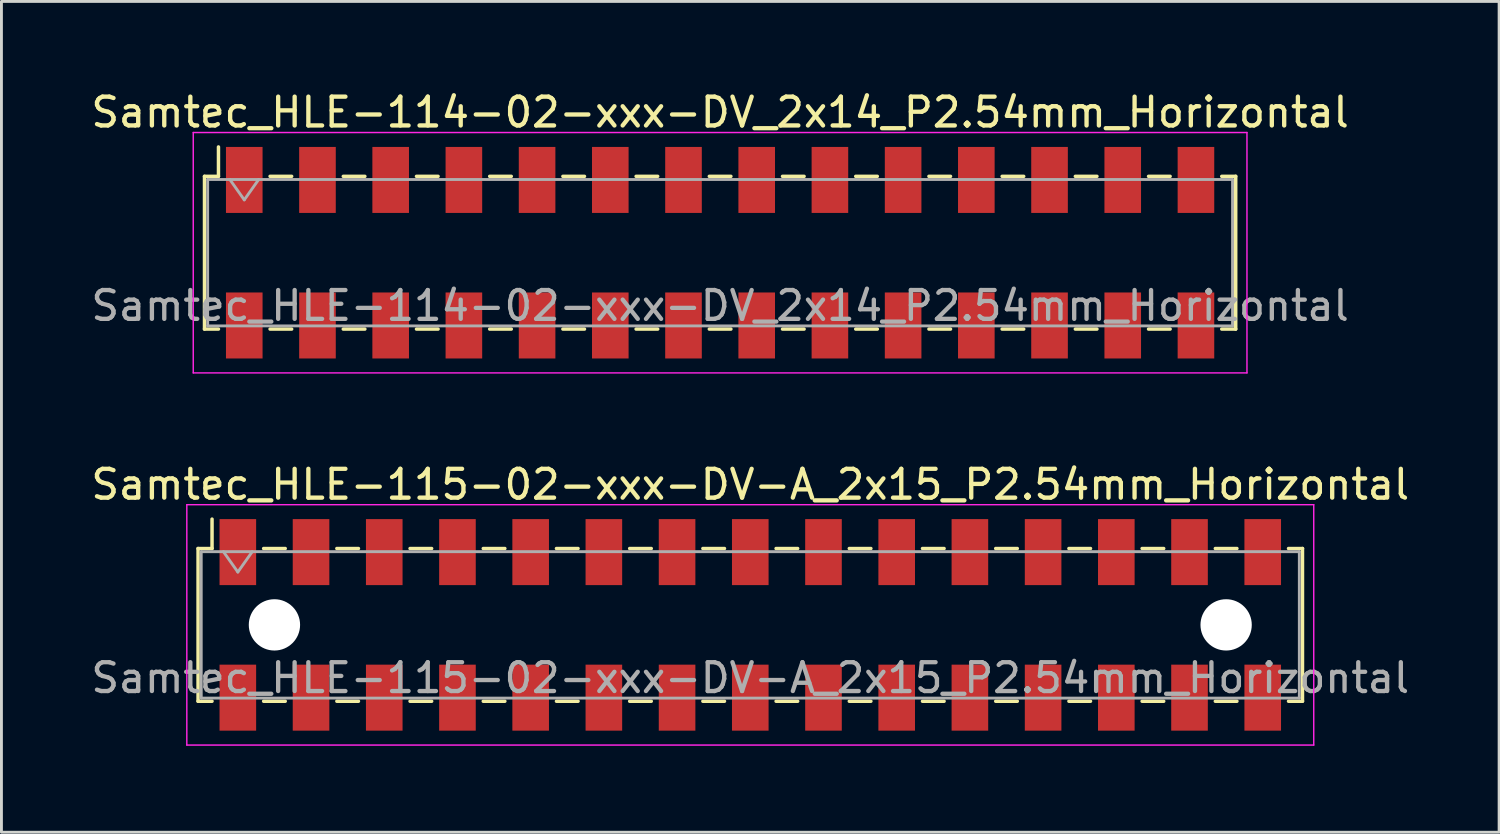
<source format=kicad_pcb>
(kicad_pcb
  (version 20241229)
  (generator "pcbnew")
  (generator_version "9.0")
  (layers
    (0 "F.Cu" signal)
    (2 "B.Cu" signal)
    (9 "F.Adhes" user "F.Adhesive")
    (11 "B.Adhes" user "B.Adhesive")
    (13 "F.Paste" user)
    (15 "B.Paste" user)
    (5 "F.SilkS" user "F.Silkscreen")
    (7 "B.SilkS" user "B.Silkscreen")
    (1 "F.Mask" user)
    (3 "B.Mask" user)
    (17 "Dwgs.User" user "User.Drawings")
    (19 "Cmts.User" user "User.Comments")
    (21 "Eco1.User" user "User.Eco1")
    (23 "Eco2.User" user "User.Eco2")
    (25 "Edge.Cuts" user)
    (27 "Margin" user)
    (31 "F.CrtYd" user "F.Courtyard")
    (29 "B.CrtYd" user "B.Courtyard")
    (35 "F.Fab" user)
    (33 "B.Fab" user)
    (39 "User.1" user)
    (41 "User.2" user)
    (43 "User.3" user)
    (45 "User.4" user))
  (footprint "Samtec_HLE-115-02-xxx-DV-A_2x15_P2.54mm_Horizontal"
    (layer "F.Cu")
    (at 22.982 18.631)
    (property "Reference" "Samtec_HLE-115-02-xxx-DV-A_2x15_P2.54mm_Horizontal" (at 0 -4.87 0) (layer "F.SilkS") (effects (font (size 1 1) (thickness 0.15))))
    (attr smd)
    (fp_line (start -19.16 -2.65) (end -19.16 2.65) (stroke (width 0.12) (type solid)) (layer "F.SilkS"))
    (fp_line (start -19.16 2.65) (end -18.675 2.65) (stroke (width 0.12) (type solid)) (layer "F.SilkS"))
    (fp_line (start -18.675 -3.67) (end -18.675 -2.65) (stroke (width 0.12) (type solid)) (layer "F.SilkS"))
    (fp_line (start -18.675 -2.65) (end -19.16 -2.65) (stroke (width 0.12) (type solid)) (layer "F.SilkS"))
    (fp_line (start -16.885 -2.65) (end -16.135 -2.65) (stroke (width 0.12) (type solid)) (layer "F.SilkS"))
    (fp_line (start -16.885 2.65) (end -16.135 2.65) (stroke (width 0.12) (type solid)) (layer "F.SilkS"))
    (fp_line (start -14.345 -2.65) (end -13.595 -2.65) (stroke (width 0.12) (type solid)) (layer "F.SilkS"))
    (fp_line (start -14.345 2.65) (end -13.595 2.65) (stroke (width 0.12) (type solid)) (layer "F.SilkS"))
    (fp_line (start -11.805 -2.65) (end -11.055 -2.65) (stroke (width 0.12) (type solid)) (layer "F.SilkS"))
    (fp_line (start -11.805 2.65) (end -11.055 2.65) (stroke (width 0.12) (type solid)) (layer "F.SilkS"))
    (fp_line (start -9.265 -2.65) (end -8.515 -2.65) (stroke (width 0.12) (type solid)) (layer "F.SilkS"))
    (fp_line (start -9.265 2.65) (end -8.515 2.65) (stroke (width 0.12) (type solid)) (layer "F.SilkS"))
    (fp_line (start -6.725 -2.65) (end -5.975 -2.65) (stroke (width 0.12) (type solid)) (layer "F.SilkS"))
    (fp_line (start -6.725 2.65) (end -5.975 2.65) (stroke (width 0.12) (type solid)) (layer "F.SilkS"))
    (fp_line (start -4.185 -2.65) (end -3.435 -2.65) (stroke (width 0.12) (type solid)) (layer "F.SilkS"))
    (fp_line (start -4.185 2.65) (end -3.435 2.65) (stroke (width 0.12) (type solid)) (layer "F.SilkS"))
    (fp_line (start -1.645 -2.65) (end -0.895 -2.65) (stroke (width 0.12) (type solid)) (layer "F.SilkS"))
    (fp_line (start -1.645 2.65) (end -0.895 2.65) (stroke (width 0.12) (type solid)) (layer "F.SilkS"))
    (fp_line (start 0.895 -2.65) (end 1.645 -2.65) (stroke (width 0.12) (type solid)) (layer "F.SilkS"))
    (fp_line (start 0.895 2.65) (end 1.645 2.65) (stroke (width 0.12) (type solid)) (layer "F.SilkS"))
    (fp_line (start 3.435 -2.65) (end 4.185 -2.65) (stroke (width 0.12) (type solid)) (layer "F.SilkS"))
    (fp_line (start 3.435 2.65) (end 4.185 2.65) (stroke (width 0.12) (type solid)) (layer "F.SilkS"))
    (fp_line (start 5.975 -2.65) (end 6.725 -2.65) (stroke (width 0.12) (type solid)) (layer "F.SilkS"))
    (fp_line (start 5.975 2.65) (end 6.725 2.65) (stroke (width 0.12) (type solid)) (layer "F.SilkS"))
    (fp_line (start 8.515 -2.65) (end 9.265 -2.65) (stroke (width 0.12) (type solid)) (layer "F.SilkS"))
    (fp_line (start 8.515 2.65) (end 9.265 2.65) (stroke (width 0.12) (type solid)) (layer "F.SilkS"))
    (fp_line (start 11.055 -2.65) (end 11.805 -2.65) (stroke (width 0.12) (type solid)) (layer "F.SilkS"))
    (fp_line (start 11.055 2.65) (end 11.805 2.65) (stroke (width 0.12) (type solid)) (layer "F.SilkS"))
    (fp_line (start 13.595 -2.65) (end 14.345 -2.65) (stroke (width 0.12) (type solid)) (layer "F.SilkS"))
    (fp_line (start 13.595 2.65) (end 14.345 2.65) (stroke (width 0.12) (type solid)) (layer "F.SilkS"))
    (fp_line (start 16.135 -2.65) (end 16.885 -2.65) (stroke (width 0.12) (type solid)) (layer "F.SilkS"))
    (fp_line (start 16.135 2.65) (end 16.885 2.65) (stroke (width 0.12) (type solid)) (layer "F.SilkS"))
    (fp_line (start 18.675 -2.65) (end 19.16 -2.65) (stroke (width 0.12) (type solid)) (layer "F.SilkS"))
    (fp_line (start 19.16 -2.65) (end 19.16 2.65) (stroke (width 0.12) (type solid)) (layer "F.SilkS"))
    (fp_line (start 19.16 2.65) (end 18.675 2.65) (stroke (width 0.12) (type solid)) (layer "F.SilkS"))
    (fp_line (start -19.55 -4.17) (end 19.55 -4.17) (stroke (width 0.05) (type solid)) (layer "F.CrtYd"))
    (fp_line (start -19.55 4.17) (end -19.55 -4.17) (stroke (width 0.05) (type solid)) (layer "F.CrtYd"))
    (fp_line (start 19.55 -4.17) (end 19.55 4.17) (stroke (width 0.05) (type solid)) (layer "F.CrtYd"))
    (fp_line (start 19.55 4.17) (end -19.55 4.17) (stroke (width 0.05) (type solid)) (layer "F.CrtYd"))
    (fp_line (start -19.05 -2.54) (end 19.05 -2.54) (stroke (width 0.1) (type solid)) (layer "F.Fab"))
    (fp_line (start -19.05 2.54) (end -19.05 -2.54) (stroke (width 0.1) (type solid)) (layer "F.Fab"))
    (fp_line (start -18.28 -2.54) (end -17.78 -1.833) (stroke (width 0.1) (type solid)) (layer "F.Fab"))
    (fp_line (start -17.78 -1.833) (end -17.28 -2.54) (stroke (width 0.1) (type solid)) (layer "F.Fab"))
    (fp_line (start 19.05 -2.54) (end 19.05 2.54) (stroke (width 0.1) (type solid)) (layer "F.Fab"))
    (fp_line (start 19.05 2.54) (end -19.05 2.54) (stroke (width 0.1) (type solid)) (layer "F.Fab"))
    (fp_text user "${REFERENCE}" (at 0 1.84 0) (layer "F.Fab") (effects (font (size 1 1) (thickness 0.15))))
    (pad "" np_thru_hole circle (at -16.51 0) (size 1.78 1.78) (drill 1.78) (layers "*.Cu" "*.Mask"))
    (pad "" np_thru_hole circle (at 16.51 0) (size 1.78 1.78) (drill 1.78) (layers "*.Cu" "*.Mask"))
    (pad "1" smd rect (at -17.78 -2.525) (size 1.27 2.29) (layers "F.Cu" "F.Mask" "F.Paste"))
    (pad "2" smd rect (at -17.78 2.525) (size 1.27 2.29) (layers "F.Cu" "F.Mask" "F.Paste"))
    (pad "3" smd rect (at -15.24 -2.525) (size 1.27 2.29) (layers "F.Cu" "F.Mask" "F.Paste"))
    (pad "4" smd rect (at -15.24 2.525) (size 1.27 2.29) (layers "F.Cu" "F.Mask" "F.Paste"))
    (pad "5" smd rect (at -12.7 -2.525) (size 1.27 2.29) (layers "F.Cu" "F.Mask" "F.Paste"))
    (pad "6" smd rect (at -12.7 2.525) (size 1.27 2.29) (layers "F.Cu" "F.Mask" "F.Paste"))
    (pad "7" smd rect (at -10.16 -2.525) (size 1.27 2.29) (layers "F.Cu" "F.Mask" "F.Paste"))
    (pad "8" smd rect (at -10.16 2.525) (size 1.27 2.29) (layers "F.Cu" "F.Mask" "F.Paste"))
    (pad "9" smd rect (at -7.62 -2.525) (size 1.27 2.29) (layers "F.Cu" "F.Mask" "F.Paste"))
    (pad "10" smd rect (at -7.62 2.525) (size 1.27 2.29) (layers "F.Cu" "F.Mask" "F.Paste"))
    (pad "11" smd rect (at -5.08 -2.525) (size 1.27 2.29) (layers "F.Cu" "F.Mask" "F.Paste"))
    (pad "12" smd rect (at -5.08 2.525) (size 1.27 2.29) (layers "F.Cu" "F.Mask" "F.Paste"))
    (pad "13" smd rect (at -2.54 -2.525) (size 1.27 2.29) (layers "F.Cu" "F.Mask" "F.Paste"))
    (pad "14" smd rect (at -2.54 2.525) (size 1.27 2.29) (layers "F.Cu" "F.Mask" "F.Paste"))
    (pad "15" smd rect (at 0 -2.525) (size 1.27 2.29) (layers "F.Cu" "F.Mask" "F.Paste"))
    (pad "16" smd rect (at 0 2.525) (size 1.27 2.29) (layers "F.Cu" "F.Mask" "F.Paste"))
    (pad "17" smd rect (at 2.54 -2.525) (size 1.27 2.29) (layers "F.Cu" "F.Mask" "F.Paste"))
    (pad "18" smd rect (at 2.54 2.525) (size 1.27 2.29) (layers "F.Cu" "F.Mask" "F.Paste"))
    (pad "19" smd rect (at 5.08 -2.525) (size 1.27 2.29) (layers "F.Cu" "F.Mask" "F.Paste"))
    (pad "20" smd rect (at 5.08 2.525) (size 1.27 2.29) (layers "F.Cu" "F.Mask" "F.Paste"))
    (pad "21" smd rect (at 7.62 -2.525) (size 1.27 2.29) (layers "F.Cu" "F.Mask" "F.Paste"))
    (pad "22" smd rect (at 7.62 2.525) (size 1.27 2.29) (layers "F.Cu" "F.Mask" "F.Paste"))
    (pad "23" smd rect (at 10.16 -2.525) (size 1.27 2.29) (layers "F.Cu" "F.Mask" "F.Paste"))
    (pad "24" smd rect (at 10.16 2.525) (size 1.27 2.29) (layers "F.Cu" "F.Mask" "F.Paste"))
    (pad "25" smd rect (at 12.7 -2.525) (size 1.27 2.29) (layers "F.Cu" "F.Mask" "F.Paste"))
    (pad "26" smd rect (at 12.7 2.525) (size 1.27 2.29) (layers "F.Cu" "F.Mask" "F.Paste"))
    (pad "27" smd rect (at 15.24 -2.525) (size 1.27 2.29) (layers "F.Cu" "F.Mask" "F.Paste"))
    (pad "28" smd rect (at 15.24 2.525) (size 1.27 2.29) (layers "F.Cu" "F.Mask" "F.Paste"))
    (pad "29" smd rect (at 17.78 -2.525) (size 1.27 2.29) (layers "F.Cu" "F.Mask" "F.Paste"))
    (pad "30" smd rect (at 17.78 2.525) (size 1.27 2.29) (layers "F.Cu" "F.Mask" "F.Paste")))
  (footprint "Samtec_HLE-114-02-xxx-DV_2x14_P2.54mm_Horizontal"
    (layer "F.Cu")
    (at 21.935 5.718)
    (property "Reference" "Samtec_HLE-114-02-xxx-DV_2x14_P2.54mm_Horizontal" (at 0 -4.87 0) (layer "F.SilkS") (effects (font (size 1 1) (thickness 0.15))))
    (attr smd)
    (fp_line (start -17.89 -2.65) (end -17.89 2.65) (stroke (width 0.12) (type solid)) (layer "F.SilkS"))
    (fp_line (start -17.89 2.65) (end -17.405 2.65) (stroke (width 0.12) (type solid)) (layer "F.SilkS"))
    (fp_line (start -17.405 -3.67) (end -17.405 -2.65) (stroke (width 0.12) (type solid)) (layer "F.SilkS"))
    (fp_line (start -17.405 -2.65) (end -17.89 -2.65) (stroke (width 0.12) (type solid)) (layer "F.SilkS"))
    (fp_line (start -15.615 -2.65) (end -14.865 -2.65) (stroke (width 0.12) (type solid)) (layer "F.SilkS"))
    (fp_line (start -15.615 2.65) (end -14.865 2.65) (stroke (width 0.12) (type solid)) (layer "F.SilkS"))
    (fp_line (start -13.075 -2.65) (end -12.325 -2.65) (stroke (width 0.12) (type solid)) (layer "F.SilkS"))
    (fp_line (start -13.075 2.65) (end -12.325 2.65) (stroke (width 0.12) (type solid)) (layer "F.SilkS"))
    (fp_line (start -10.535 -2.65) (end -9.785 -2.65) (stroke (width 0.12) (type solid)) (layer "F.SilkS"))
    (fp_line (start -10.535 2.65) (end -9.785 2.65) (stroke (width 0.12) (type solid)) (layer "F.SilkS"))
    (fp_line (start -7.995 -2.65) (end -7.245 -2.65) (stroke (width 0.12) (type solid)) (layer "F.SilkS"))
    (fp_line (start -7.995 2.65) (end -7.245 2.65) (stroke (width 0.12) (type solid)) (layer "F.SilkS"))
    (fp_line (start -5.455 -2.65) (end -4.705 -2.65) (stroke (width 0.12) (type solid)) (layer "F.SilkS"))
    (fp_line (start -5.455 2.65) (end -4.705 2.65) (stroke (width 0.12) (type solid)) (layer "F.SilkS"))
    (fp_line (start -2.915 -2.65) (end -2.165 -2.65) (stroke (width 0.12) (type solid)) (layer "F.SilkS"))
    (fp_line (start -2.915 2.65) (end -2.165 2.65) (stroke (width 0.12) (type solid)) (layer "F.SilkS"))
    (fp_line (start -0.375 -2.65) (end 0.375 -2.65) (stroke (width 0.12) (type solid)) (layer "F.SilkS"))
    (fp_line (start -0.375 2.65) (end 0.375 2.65) (stroke (width 0.12) (type solid)) (layer "F.SilkS"))
    (fp_line (start 2.165 -2.65) (end 2.915 -2.65) (stroke (width 0.12) (type solid)) (layer "F.SilkS"))
    (fp_line (start 2.165 2.65) (end 2.915 2.65) (stroke (width 0.12) (type solid)) (layer "F.SilkS"))
    (fp_line (start 4.705 -2.65) (end 5.455 -2.65) (stroke (width 0.12) (type solid)) (layer "F.SilkS"))
    (fp_line (start 4.705 2.65) (end 5.455 2.65) (stroke (width 0.12) (type solid)) (layer "F.SilkS"))
    (fp_line (start 7.245 -2.65) (end 7.995 -2.65) (stroke (width 0.12) (type solid)) (layer "F.SilkS"))
    (fp_line (start 7.245 2.65) (end 7.995 2.65) (stroke (width 0.12) (type solid)) (layer "F.SilkS"))
    (fp_line (start 9.785 -2.65) (end 10.535 -2.65) (stroke (width 0.12) (type solid)) (layer "F.SilkS"))
    (fp_line (start 9.785 2.65) (end 10.535 2.65) (stroke (width 0.12) (type solid)) (layer "F.SilkS"))
    (fp_line (start 12.325 -2.65) (end 13.075 -2.65) (stroke (width 0.12) (type solid)) (layer "F.SilkS"))
    (fp_line (start 12.325 2.65) (end 13.075 2.65) (stroke (width 0.12) (type solid)) (layer "F.SilkS"))
    (fp_line (start 14.865 -2.65) (end 15.615 -2.65) (stroke (width 0.12) (type solid)) (layer "F.SilkS"))
    (fp_line (start 14.865 2.65) (end 15.615 2.65) (stroke (width 0.12) (type solid)) (layer "F.SilkS"))
    (fp_line (start 17.405 -2.65) (end 17.89 -2.65) (stroke (width 0.12) (type solid)) (layer "F.SilkS"))
    (fp_line (start 17.89 -2.65) (end 17.89 2.65) (stroke (width 0.12) (type solid)) (layer "F.SilkS"))
    (fp_line (start 17.89 2.65) (end 17.405 2.65) (stroke (width 0.12) (type solid)) (layer "F.SilkS"))
    (fp_line (start -18.28 -4.17) (end 18.28 -4.17) (stroke (width 0.05) (type solid)) (layer "F.CrtYd"))
    (fp_line (start -18.28 4.17) (end -18.28 -4.17) (stroke (width 0.05) (type solid)) (layer "F.CrtYd"))
    (fp_line (start 18.28 -4.17) (end 18.28 4.17) (stroke (width 0.05) (type solid)) (layer "F.CrtYd"))
    (fp_line (start 18.28 4.17) (end -18.28 4.17) (stroke (width 0.05) (type solid)) (layer "F.CrtYd"))
    (fp_line (start -17.78 -2.54) (end 17.78 -2.54) (stroke (width 0.1) (type solid)) (layer "F.Fab"))
    (fp_line (start -17.78 2.54) (end -17.78 -2.54) (stroke (width 0.1) (type solid)) (layer "F.Fab"))
    (fp_line (start -17.01 -2.54) (end -16.51 -1.833) (stroke (width 0.1) (type solid)) (layer "F.Fab"))
    (fp_line (start -16.51 -1.833) (end -16.01 -2.54) (stroke (width 0.1) (type solid)) (layer "F.Fab"))
    (fp_line (start 17.78 -2.54) (end 17.78 2.54) (stroke (width 0.1) (type solid)) (layer "F.Fab"))
    (fp_line (start 17.78 2.54) (end -17.78 2.54) (stroke (width 0.1) (type solid)) (layer "F.Fab"))
    (fp_text user "${REFERENCE}" (at 0 1.84 0) (layer "F.Fab") (effects (font (size 1 1) (thickness 0.15))))
    (pad "1" smd rect (at -16.51 -2.525) (size 1.27 2.29) (layers "F.Cu" "F.Mask" "F.Paste"))
    (pad "2" smd rect (at -16.51 2.525) (size 1.27 2.29) (layers "F.Cu" "F.Mask" "F.Paste"))
    (pad "3" smd rect (at -13.97 -2.525) (size 1.27 2.29) (layers "F.Cu" "F.Mask" "F.Paste"))
    (pad "4" smd rect (at -13.97 2.525) (size 1.27 2.29) (layers "F.Cu" "F.Mask" "F.Paste"))
    (pad "5" smd rect (at -11.43 -2.525) (size 1.27 2.29) (layers "F.Cu" "F.Mask" "F.Paste"))
    (pad "6" smd rect (at -11.43 2.525) (size 1.27 2.29) (layers "F.Cu" "F.Mask" "F.Paste"))
    (pad "7" smd rect (at -8.89 -2.525) (size 1.27 2.29) (layers "F.Cu" "F.Mask" "F.Paste"))
    (pad "8" smd rect (at -8.89 2.525) (size 1.27 2.29) (layers "F.Cu" "F.Mask" "F.Paste"))
    (pad "9" smd rect (at -6.35 -2.525) (size 1.27 2.29) (layers "F.Cu" "F.Mask" "F.Paste"))
    (pad "10" smd rect (at -6.35 2.525) (size 1.27 2.29) (layers "F.Cu" "F.Mask" "F.Paste"))
    (pad "11" smd rect (at -3.81 -2.525) (size 1.27 2.29) (layers "F.Cu" "F.Mask" "F.Paste"))
    (pad "12" smd rect (at -3.81 2.525) (size 1.27 2.29) (layers "F.Cu" "F.Mask" "F.Paste"))
    (pad "13" smd rect (at -1.27 -2.525) (size 1.27 2.29) (layers "F.Cu" "F.Mask" "F.Paste"))
    (pad "14" smd rect (at -1.27 2.525) (size 1.27 2.29) (layers "F.Cu" "F.Mask" "F.Paste"))
    (pad "15" smd rect (at 1.27 -2.525) (size 1.27 2.29) (layers "F.Cu" "F.Mask" "F.Paste"))
    (pad "16" smd rect (at 1.27 2.525) (size 1.27 2.29) (layers "F.Cu" "F.Mask" "F.Paste"))
    (pad "17" smd rect (at 3.81 -2.525) (size 1.27 2.29) (layers "F.Cu" "F.Mask" "F.Paste"))
    (pad "18" smd rect (at 3.81 2.525) (size 1.27 2.29) (layers "F.Cu" "F.Mask" "F.Paste"))
    (pad "19" smd rect (at 6.35 -2.525) (size 1.27 2.29) (layers "F.Cu" "F.Mask" "F.Paste"))
    (pad "20" smd rect (at 6.35 2.525) (size 1.27 2.29) (layers "F.Cu" "F.Mask" "F.Paste"))
    (pad "21" smd rect (at 8.89 -2.525) (size 1.27 2.29) (layers "F.Cu" "F.Mask" "F.Paste"))
    (pad "22" smd rect (at 8.89 2.525) (size 1.27 2.29) (layers "F.Cu" "F.Mask" "F.Paste"))
    (pad "23" smd rect (at 11.43 -2.525) (size 1.27 2.29) (layers "F.Cu" "F.Mask" "F.Paste"))
    (pad "24" smd rect (at 11.43 2.525) (size 1.27 2.29) (layers "F.Cu" "F.Mask" "F.Paste"))
    (pad "25" smd rect (at 13.97 -2.525) (size 1.27 2.29) (layers "F.Cu" "F.Mask" "F.Paste"))
    (pad "26" smd rect (at 13.97 2.525) (size 1.27 2.29) (layers "F.Cu" "F.Mask" "F.Paste"))
    (pad "27" smd rect (at 16.51 -2.525) (size 1.27 2.29) (layers "F.Cu" "F.Mask" "F.Paste"))
    (pad "28" smd rect (at 16.51 2.525) (size 1.27 2.29) (layers "F.Cu" "F.Mask" "F.Paste")))
  (gr_rect
    (start -3 -3)
    (end 48.964 25.826)
    (stroke (width 0.1) (type default))
    (fill no)
    (layer "Edge.Cuts")))
</source>
